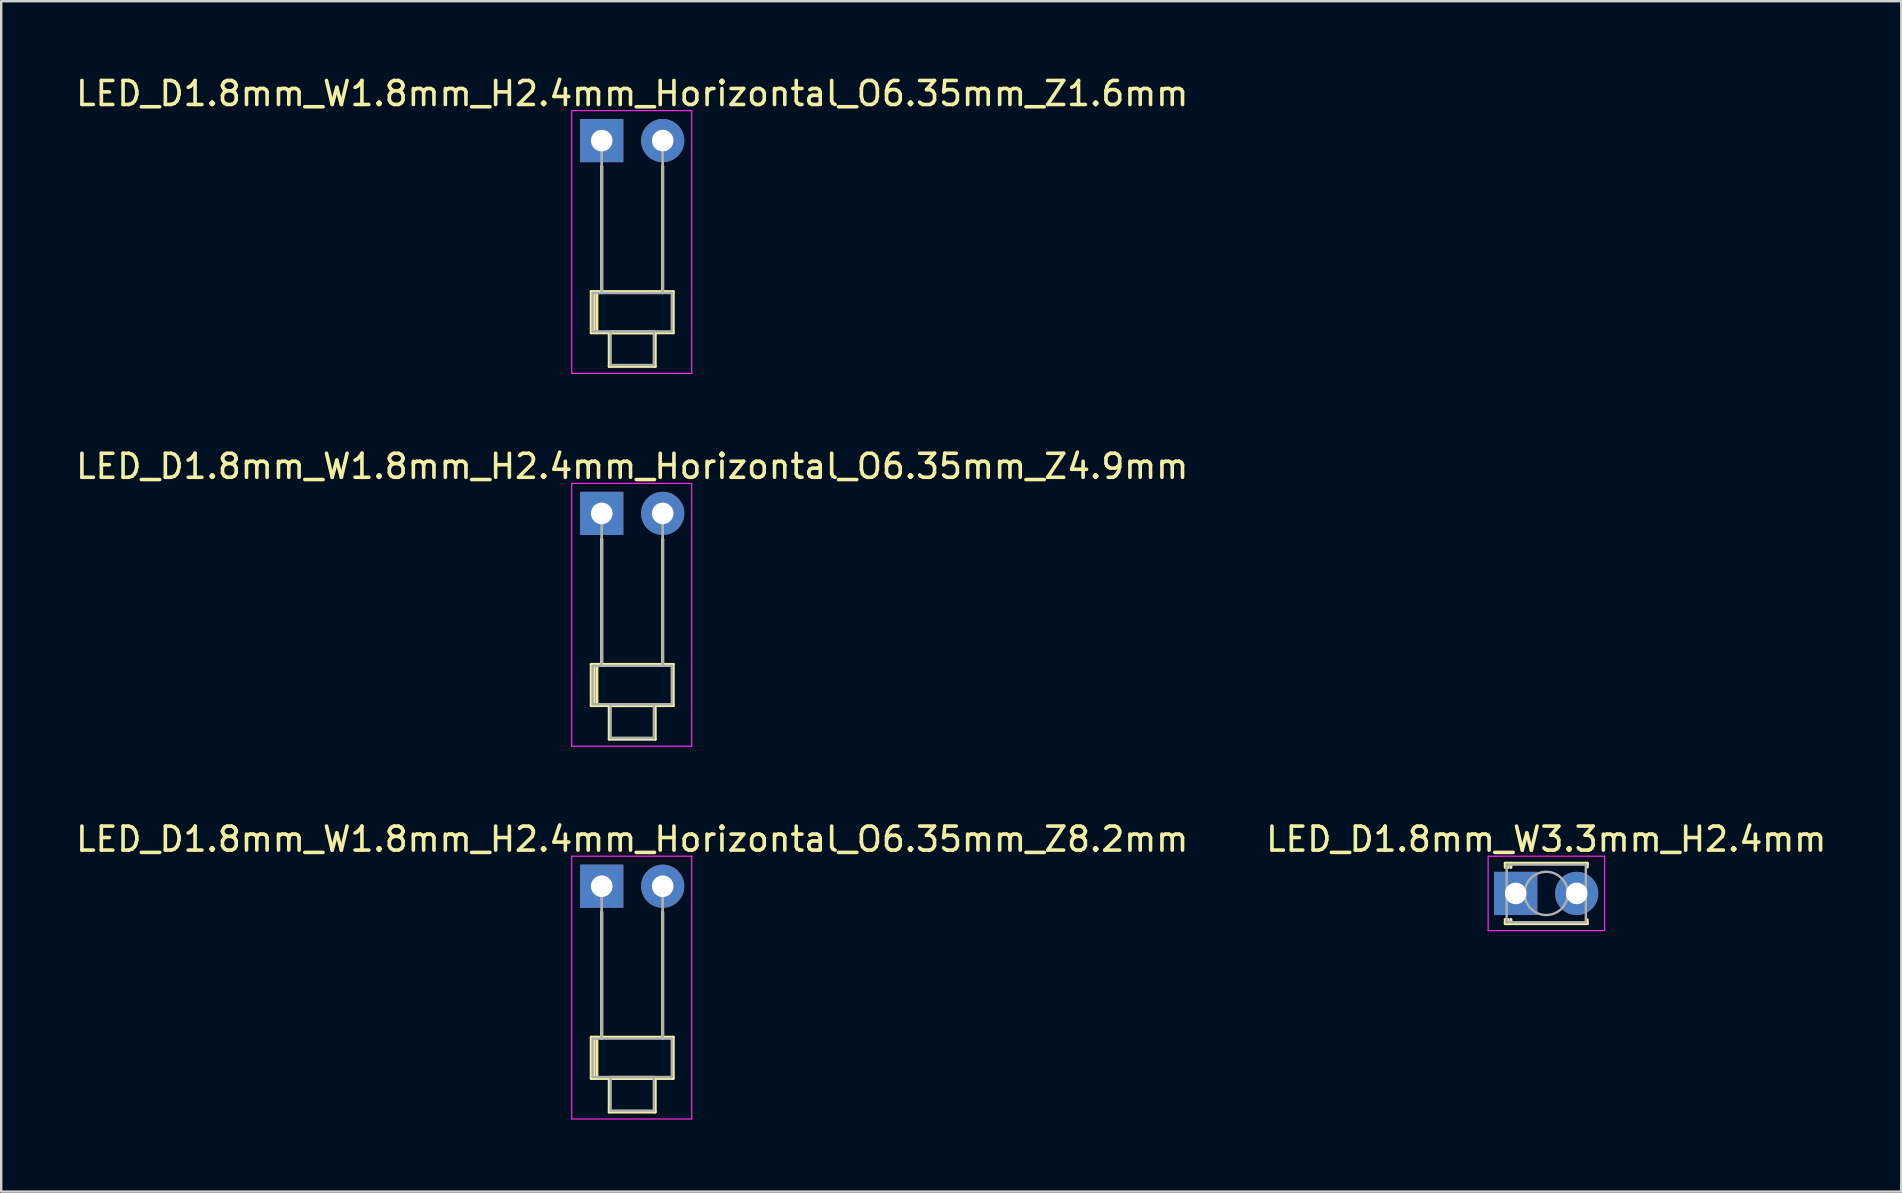
<source format=kicad_pcb>
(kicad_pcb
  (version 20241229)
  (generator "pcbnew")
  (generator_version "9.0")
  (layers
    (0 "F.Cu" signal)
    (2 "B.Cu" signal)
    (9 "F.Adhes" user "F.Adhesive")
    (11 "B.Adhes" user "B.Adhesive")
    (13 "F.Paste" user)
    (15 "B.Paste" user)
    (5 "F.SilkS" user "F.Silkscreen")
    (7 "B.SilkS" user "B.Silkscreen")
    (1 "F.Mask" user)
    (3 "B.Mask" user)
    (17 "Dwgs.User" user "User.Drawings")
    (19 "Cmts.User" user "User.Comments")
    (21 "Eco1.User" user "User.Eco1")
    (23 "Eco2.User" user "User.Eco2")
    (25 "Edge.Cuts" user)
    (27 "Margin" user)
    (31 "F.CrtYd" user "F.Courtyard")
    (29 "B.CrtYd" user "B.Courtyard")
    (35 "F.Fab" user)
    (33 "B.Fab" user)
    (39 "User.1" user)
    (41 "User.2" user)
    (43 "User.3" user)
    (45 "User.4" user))
  (footprint "LED_D1.8mm_W1.8mm_H2.4mm_Horizontal_O6.35mm_Z8.2mm"
    (layer "F.Cu")
    (at 22.022 33.875)
    (property "Reference" "LED_D1.8mm_W1.8mm_H2.4mm_Horizontal_O6.35mm_Z8.2mm" (at 1.27 -1.96 0) (layer "F.SilkS") (effects (font (size 1 1) (thickness 0.15))))
    (attr through_hole)
    (fp_line (start -0.44 6.29) (end -0.44 8.01) (stroke (width 0.12) (type solid)) (layer "F.SilkS"))
    (fp_line (start -0.44 8.01) (end 2.98 8.01) (stroke (width 0.12) (type solid)) (layer "F.SilkS"))
    (fp_line (start -0.32 6.29) (end -0.32 8.01) (stroke (width 0.12) (type solid)) (layer "F.SilkS"))
    (fp_line (start -0.2 6.29) (end -0.2 8.01) (stroke (width 0.12) (type solid)) (layer "F.SilkS"))
    (fp_line (start 0 1.08) (end 0 1.08) (stroke (width 0.12) (type solid)) (layer "F.SilkS"))
    (fp_line (start 0 1.08) (end 0 6.29) (stroke (width 0.12) (type solid)) (layer "F.SilkS"))
    (fp_line (start 0 6.29) (end 0 1.08) (stroke (width 0.12) (type solid)) (layer "F.SilkS"))
    (fp_line (start 0 6.29) (end 0 6.29) (stroke (width 0.12) (type solid)) (layer "F.SilkS"))
    (fp_line (start 0.31 8.01) (end 0.31 9.41) (stroke (width 0.12) (type solid)) (layer "F.SilkS"))
    (fp_line (start 0.31 9.41) (end 2.23 9.41) (stroke (width 0.12) (type solid)) (layer "F.SilkS"))
    (fp_line (start 2.23 8.01) (end 0.31 8.01) (stroke (width 0.12) (type solid)) (layer "F.SilkS"))
    (fp_line (start 2.23 9.41) (end 2.23 8.01) (stroke (width 0.12) (type solid)) (layer "F.SilkS"))
    (fp_line (start 2.54 1.08) (end 2.54 1.08) (stroke (width 0.12) (type solid)) (layer "F.SilkS"))
    (fp_line (start 2.54 1.08) (end 2.54 6.29) (stroke (width 0.12) (type solid)) (layer "F.SilkS"))
    (fp_line (start 2.54 6.29) (end 2.54 1.08) (stroke (width 0.12) (type solid)) (layer "F.SilkS"))
    (fp_line (start 2.54 6.29) (end 2.54 6.29) (stroke (width 0.12) (type solid)) (layer "F.SilkS"))
    (fp_line (start 2.98 6.29) (end -0.44 6.29) (stroke (width 0.12) (type solid)) (layer "F.SilkS"))
    (fp_line (start 2.98 8.01) (end 2.98 6.29) (stroke (width 0.12) (type solid)) (layer "F.SilkS"))
    (fp_line (start -1.25 -1.25) (end -1.25 9.7) (stroke (width 0.05) (type solid)) (layer "F.CrtYd"))
    (fp_line (start -1.25 9.7) (end 3.75 9.7) (stroke (width 0.05) (type solid)) (layer "F.CrtYd"))
    (fp_line (start 3.75 -1.25) (end -1.25 -1.25) (stroke (width 0.05) (type solid)) (layer "F.CrtYd"))
    (fp_line (start 3.75 9.7) (end 3.75 -1.25) (stroke (width 0.05) (type solid)) (layer "F.CrtYd"))
    (fp_line (start -0.38 6.35) (end -0.38 7.95) (stroke (width 0.1) (type solid)) (layer "F.Fab"))
    (fp_line (start -0.38 7.95) (end 2.92 7.95) (stroke (width 0.1) (type solid)) (layer "F.Fab"))
    (fp_line (start 0 0) (end 0 0) (stroke (width 0.1) (type solid)) (layer "F.Fab"))
    (fp_line (start 0 0) (end 0 6.35) (stroke (width 0.1) (type solid)) (layer "F.Fab"))
    (fp_line (start 0 6.35) (end 0 0) (stroke (width 0.1) (type solid)) (layer "F.Fab"))
    (fp_line (start 0 6.35) (end 0 6.35) (stroke (width 0.1) (type solid)) (layer "F.Fab"))
    (fp_line (start 0.37 7.95) (end 0.37 9.35) (stroke (width 0.1) (type solid)) (layer "F.Fab"))
    (fp_line (start 0.37 9.35) (end 2.17 9.35) (stroke (width 0.1) (type solid)) (layer "F.Fab"))
    (fp_line (start 2.17 7.95) (end 0.37 7.95) (stroke (width 0.1) (type solid)) (layer "F.Fab"))
    (fp_line (start 2.17 9.35) (end 2.17 7.95) (stroke (width 0.1) (type solid)) (layer "F.Fab"))
    (fp_line (start 2.54 0) (end 2.54 0) (stroke (width 0.1) (type solid)) (layer "F.Fab"))
    (fp_line (start 2.54 0) (end 2.54 6.35) (stroke (width 0.1) (type solid)) (layer "F.Fab"))
    (fp_line (start 2.54 6.35) (end 2.54 0) (stroke (width 0.1) (type solid)) (layer "F.Fab"))
    (fp_line (start 2.54 6.35) (end 2.54 6.35) (stroke (width 0.1) (type solid)) (layer "F.Fab"))
    (fp_line (start 2.92 6.35) (end -0.38 6.35) (stroke (width 0.1) (type solid)) (layer "F.Fab"))
    (fp_line (start 2.92 7.95) (end 2.92 6.35) (stroke (width 0.1) (type solid)) (layer "F.Fab"))
    (pad "1" thru_hole rect (at 0 0) (size 1.8 1.8) (drill 0.9) (layers "*.Cu" "*.Mask"))
    (pad "2" thru_hole circle (at 2.54 0) (size 1.8 1.8) (drill 0.9) (layers "*.Cu" "*.Mask")))
  (footprint "LED_D1.8mm_W1.8mm_H2.4mm_Horizontal_O6.35mm_Z1.6mm"
    (layer "F.Cu")
    (at 22.022 2.808)
    (property "Reference" "LED_D1.8mm_W1.8mm_H2.4mm_Horizontal_O6.35mm_Z1.6mm" (at 1.27 -1.96 0) (layer "F.SilkS") (effects (font (size 1 1) (thickness 0.15))))
    (attr through_hole)
    (fp_line (start -0.44 6.29) (end -0.44 8.01) (stroke (width 0.12) (type solid)) (layer "F.SilkS"))
    (fp_line (start -0.44 8.01) (end 2.98 8.01) (stroke (width 0.12) (type solid)) (layer "F.SilkS"))
    (fp_line (start -0.32 6.29) (end -0.32 8.01) (stroke (width 0.12) (type solid)) (layer "F.SilkS"))
    (fp_line (start -0.2 6.29) (end -0.2 8.01) (stroke (width 0.12) (type solid)) (layer "F.SilkS"))
    (fp_line (start 0 1.08) (end 0 1.08) (stroke (width 0.12) (type solid)) (layer "F.SilkS"))
    (fp_line (start 0 1.08) (end 0 6.29) (stroke (width 0.12) (type solid)) (layer "F.SilkS"))
    (fp_line (start 0 6.29) (end 0 1.08) (stroke (width 0.12) (type solid)) (layer "F.SilkS"))
    (fp_line (start 0 6.29) (end 0 6.29) (stroke (width 0.12) (type solid)) (layer "F.SilkS"))
    (fp_line (start 0.31 8.01) (end 0.31 9.41) (stroke (width 0.12) (type solid)) (layer "F.SilkS"))
    (fp_line (start 0.31 9.41) (end 2.23 9.41) (stroke (width 0.12) (type solid)) (layer "F.SilkS"))
    (fp_line (start 2.23 8.01) (end 0.31 8.01) (stroke (width 0.12) (type solid)) (layer "F.SilkS"))
    (fp_line (start 2.23 9.41) (end 2.23 8.01) (stroke (width 0.12) (type solid)) (layer "F.SilkS"))
    (fp_line (start 2.54 1.08) (end 2.54 1.08) (stroke (width 0.12) (type solid)) (layer "F.SilkS"))
    (fp_line (start 2.54 1.08) (end 2.54 6.29) (stroke (width 0.12) (type solid)) (layer "F.SilkS"))
    (fp_line (start 2.54 6.29) (end 2.54 1.08) (stroke (width 0.12) (type solid)) (layer "F.SilkS"))
    (fp_line (start 2.54 6.29) (end 2.54 6.29) (stroke (width 0.12) (type solid)) (layer "F.SilkS"))
    (fp_line (start 2.98 6.29) (end -0.44 6.29) (stroke (width 0.12) (type solid)) (layer "F.SilkS"))
    (fp_line (start 2.98 8.01) (end 2.98 6.29) (stroke (width 0.12) (type solid)) (layer "F.SilkS"))
    (fp_line (start -1.25 -1.25) (end -1.25 9.7) (stroke (width 0.05) (type solid)) (layer "F.CrtYd"))
    (fp_line (start -1.25 9.7) (end 3.75 9.7) (stroke (width 0.05) (type solid)) (layer "F.CrtYd"))
    (fp_line (start 3.75 -1.25) (end -1.25 -1.25) (stroke (width 0.05) (type solid)) (layer "F.CrtYd"))
    (fp_line (start 3.75 9.7) (end 3.75 -1.25) (stroke (width 0.05) (type solid)) (layer "F.CrtYd"))
    (fp_line (start -0.38 6.35) (end -0.38 7.95) (stroke (width 0.1) (type solid)) (layer "F.Fab"))
    (fp_line (start -0.38 7.95) (end 2.92 7.95) (stroke (width 0.1) (type solid)) (layer "F.Fab"))
    (fp_line (start 0 0) (end 0 0) (stroke (width 0.1) (type solid)) (layer "F.Fab"))
    (fp_line (start 0 0) (end 0 6.35) (stroke (width 0.1) (type solid)) (layer "F.Fab"))
    (fp_line (start 0 6.35) (end 0 0) (stroke (width 0.1) (type solid)) (layer "F.Fab"))
    (fp_line (start 0 6.35) (end 0 6.35) (stroke (width 0.1) (type solid)) (layer "F.Fab"))
    (fp_line (start 0.37 7.95) (end 0.37 9.35) (stroke (width 0.1) (type solid)) (layer "F.Fab"))
    (fp_line (start 0.37 9.35) (end 2.17 9.35) (stroke (width 0.1) (type solid)) (layer "F.Fab"))
    (fp_line (start 2.17 7.95) (end 0.37 7.95) (stroke (width 0.1) (type solid)) (layer "F.Fab"))
    (fp_line (start 2.17 9.35) (end 2.17 7.95) (stroke (width 0.1) (type solid)) (layer "F.Fab"))
    (fp_line (start 2.54 0) (end 2.54 0) (stroke (width 0.1) (type solid)) (layer "F.Fab"))
    (fp_line (start 2.54 0) (end 2.54 6.35) (stroke (width 0.1) (type solid)) (layer "F.Fab"))
    (fp_line (start 2.54 6.35) (end 2.54 0) (stroke (width 0.1) (type solid)) (layer "F.Fab"))
    (fp_line (start 2.54 6.35) (end 2.54 6.35) (stroke (width 0.1) (type solid)) (layer "F.Fab"))
    (fp_line (start 2.92 6.35) (end -0.38 6.35) (stroke (width 0.1) (type solid)) (layer "F.Fab"))
    (fp_line (start 2.92 7.95) (end 2.92 6.35) (stroke (width 0.1) (type solid)) (layer "F.Fab"))
    (pad "1" thru_hole rect (at 0 0) (size 1.8 1.8) (drill 0.9) (layers "*.Cu" "*.Mask"))
    (pad "2" thru_hole circle (at 2.54 0) (size 1.8 1.8) (drill 0.9) (layers "*.Cu" "*.Mask")))
  (footprint "LED_D1.8mm_W1.8mm_H2.4mm_Horizontal_O6.35mm_Z4.9mm"
    (layer "F.Cu")
    (at 22.022 18.341)
    (property "Reference" "LED_D1.8mm_W1.8mm_H2.4mm_Horizontal_O6.35mm_Z4.9mm" (at 1.27 -1.96 0) (layer "F.SilkS") (effects (font (size 1 1) (thickness 0.15))))
    (attr through_hole)
    (fp_line (start -0.44 6.29) (end -0.44 8.01) (stroke (width 0.12) (type solid)) (layer "F.SilkS"))
    (fp_line (start -0.44 8.01) (end 2.98 8.01) (stroke (width 0.12) (type solid)) (layer "F.SilkS"))
    (fp_line (start -0.32 6.29) (end -0.32 8.01) (stroke (width 0.12) (type solid)) (layer "F.SilkS"))
    (fp_line (start -0.2 6.29) (end -0.2 8.01) (stroke (width 0.12) (type solid)) (layer "F.SilkS"))
    (fp_line (start 0 1.08) (end 0 1.08) (stroke (width 0.12) (type solid)) (layer "F.SilkS"))
    (fp_line (start 0 1.08) (end 0 6.29) (stroke (width 0.12) (type solid)) (layer "F.SilkS"))
    (fp_line (start 0 6.29) (end 0 1.08) (stroke (width 0.12) (type solid)) (layer "F.SilkS"))
    (fp_line (start 0 6.29) (end 0 6.29) (stroke (width 0.12) (type solid)) (layer "F.SilkS"))
    (fp_line (start 0.31 8.01) (end 0.31 9.41) (stroke (width 0.12) (type solid)) (layer "F.SilkS"))
    (fp_line (start 0.31 9.41) (end 2.23 9.41) (stroke (width 0.12) (type solid)) (layer "F.SilkS"))
    (fp_line (start 2.23 8.01) (end 0.31 8.01) (stroke (width 0.12) (type solid)) (layer "F.SilkS"))
    (fp_line (start 2.23 9.41) (end 2.23 8.01) (stroke (width 0.12) (type solid)) (layer "F.SilkS"))
    (fp_line (start 2.54 1.08) (end 2.54 1.08) (stroke (width 0.12) (type solid)) (layer "F.SilkS"))
    (fp_line (start 2.54 1.08) (end 2.54 6.29) (stroke (width 0.12) (type solid)) (layer "F.SilkS"))
    (fp_line (start 2.54 6.29) (end 2.54 1.08) (stroke (width 0.12) (type solid)) (layer "F.SilkS"))
    (fp_line (start 2.54 6.29) (end 2.54 6.29) (stroke (width 0.12) (type solid)) (layer "F.SilkS"))
    (fp_line (start 2.98 6.29) (end -0.44 6.29) (stroke (width 0.12) (type solid)) (layer "F.SilkS"))
    (fp_line (start 2.98 8.01) (end 2.98 6.29) (stroke (width 0.12) (type solid)) (layer "F.SilkS"))
    (fp_line (start -1.25 -1.25) (end -1.25 9.7) (stroke (width 0.05) (type solid)) (layer "F.CrtYd"))
    (fp_line (start -1.25 9.7) (end 3.75 9.7) (stroke (width 0.05) (type solid)) (layer "F.CrtYd"))
    (fp_line (start 3.75 -1.25) (end -1.25 -1.25) (stroke (width 0.05) (type solid)) (layer "F.CrtYd"))
    (fp_line (start 3.75 9.7) (end 3.75 -1.25) (stroke (width 0.05) (type solid)) (layer "F.CrtYd"))
    (fp_line (start -0.38 6.35) (end -0.38 7.95) (stroke (width 0.1) (type solid)) (layer "F.Fab"))
    (fp_line (start -0.38 7.95) (end 2.92 7.95) (stroke (width 0.1) (type solid)) (layer "F.Fab"))
    (fp_line (start 0 0) (end 0 0) (stroke (width 0.1) (type solid)) (layer "F.Fab"))
    (fp_line (start 0 0) (end 0 6.35) (stroke (width 0.1) (type solid)) (layer "F.Fab"))
    (fp_line (start 0 6.35) (end 0 0) (stroke (width 0.1) (type solid)) (layer "F.Fab"))
    (fp_line (start 0 6.35) (end 0 6.35) (stroke (width 0.1) (type solid)) (layer "F.Fab"))
    (fp_line (start 0.37 7.95) (end 0.37 9.35) (stroke (width 0.1) (type solid)) (layer "F.Fab"))
    (fp_line (start 0.37 9.35) (end 2.17 9.35) (stroke (width 0.1) (type solid)) (layer "F.Fab"))
    (fp_line (start 2.17 7.95) (end 0.37 7.95) (stroke (width 0.1) (type solid)) (layer "F.Fab"))
    (fp_line (start 2.17 9.35) (end 2.17 7.95) (stroke (width 0.1) (type solid)) (layer "F.Fab"))
    (fp_line (start 2.54 0) (end 2.54 0) (stroke (width 0.1) (type solid)) (layer "F.Fab"))
    (fp_line (start 2.54 0) (end 2.54 6.35) (stroke (width 0.1) (type solid)) (layer "F.Fab"))
    (fp_line (start 2.54 6.35) (end 2.54 0) (stroke (width 0.1) (type solid)) (layer "F.Fab"))
    (fp_line (start 2.54 6.35) (end 2.54 6.35) (stroke (width 0.1) (type solid)) (layer "F.Fab"))
    (fp_line (start 2.92 6.35) (end -0.38 6.35) (stroke (width 0.1) (type solid)) (layer "F.Fab"))
    (fp_line (start 2.92 7.95) (end 2.92 6.35) (stroke (width 0.1) (type solid)) (layer "F.Fab"))
    (pad "1" thru_hole rect (at 0 0) (size 1.8 1.8) (drill 0.9) (layers "*.Cu" "*.Mask"))
    (pad "2" thru_hole circle (at 2.54 0) (size 1.8 1.8) (drill 0.9) (layers "*.Cu" "*.Mask")))
  (footprint "LED_D1.8mm_W3.3mm_H2.4mm"
    (layer "F.Cu")
    (at 60.105 34.175)
    (property "Reference" "LED_D1.8mm_W3.3mm_H2.4mm" (at 1.27 -2.26 0) (layer "F.SilkS") (effects (font (size 1 1) (thickness 0.15))))
    (attr through_hole)
    (fp_line (start -0.44 -1.26) (end -0.44 -1.08) (stroke (width 0.12) (type solid)) (layer "F.SilkS"))
    (fp_line (start -0.44 -1.26) (end 2.98 -1.26) (stroke (width 0.12) (type solid)) (layer "F.SilkS"))
    (fp_line (start -0.44 1.08) (end -0.44 1.26) (stroke (width 0.12) (type solid)) (layer "F.SilkS"))
    (fp_line (start -0.44 1.26) (end 2.98 1.26) (stroke (width 0.12) (type solid)) (layer "F.SilkS"))
    (fp_line (start -0.32 -1.26) (end -0.32 -1.08) (stroke (width 0.12) (type solid)) (layer "F.SilkS"))
    (fp_line (start -0.32 1.08) (end -0.32 1.26) (stroke (width 0.12) (type solid)) (layer "F.SilkS"))
    (fp_line (start -0.2 -1.26) (end -0.2 -1.08) (stroke (width 0.12) (type solid)) (layer "F.SilkS"))
    (fp_line (start -0.2 1.08) (end -0.2 1.26) (stroke (width 0.12) (type solid)) (layer "F.SilkS"))
    (fp_line (start 2.98 -1.26) (end 2.98 -1.095) (stroke (width 0.12) (type solid)) (layer "F.SilkS"))
    (fp_line (start 2.98 1.095) (end 2.98 1.26) (stroke (width 0.12) (type solid)) (layer "F.SilkS"))
    (fp_line (start -1.15 -1.55) (end -1.15 1.55) (stroke (width 0.05) (type solid)) (layer "F.CrtYd"))
    (fp_line (start -1.15 1.55) (end 3.7 1.55) (stroke (width 0.05) (type solid)) (layer "F.CrtYd"))
    (fp_line (start 3.7 -1.55) (end -1.15 -1.55) (stroke (width 0.05) (type solid)) (layer "F.CrtYd"))
    (fp_line (start 3.7 1.55) (end 3.7 -1.55) (stroke (width 0.05) (type solid)) (layer "F.CrtYd"))
    (fp_line (start -0.38 -1.2) (end -0.38 1.2) (stroke (width 0.1) (type solid)) (layer "F.Fab"))
    (fp_line (start -0.38 1.2) (end 2.92 1.2) (stroke (width 0.1) (type solid)) (layer "F.Fab"))
    (fp_line (start 2.92 -1.2) (end -0.38 -1.2) (stroke (width 0.1) (type solid)) (layer "F.Fab"))
    (fp_line (start 2.92 1.2) (end 2.92 -1.2) (stroke (width 0.1) (type solid)) (layer "F.Fab"))
    (fp_circle (center 1.27 0) (end 2.17 0) (stroke (width 0.1) (type solid)) (fill no) (layer "F.Fab"))
    (pad "1" thru_hole rect (at 0 0) (size 1.8 1.8) (drill 0.9) (layers "*.Cu" "*.Mask"))
    (pad "2" thru_hole circle (at 2.54 0) (size 1.8 1.8) (drill 0.9) (layers "*.Cu" "*.Mask")))
  (gr_rect
    (start -3 -3)
    (end 76.167 46.6)
    (stroke (width 0.1) (type default))
    (fill no)
    (layer "Edge.Cuts")))
</source>
